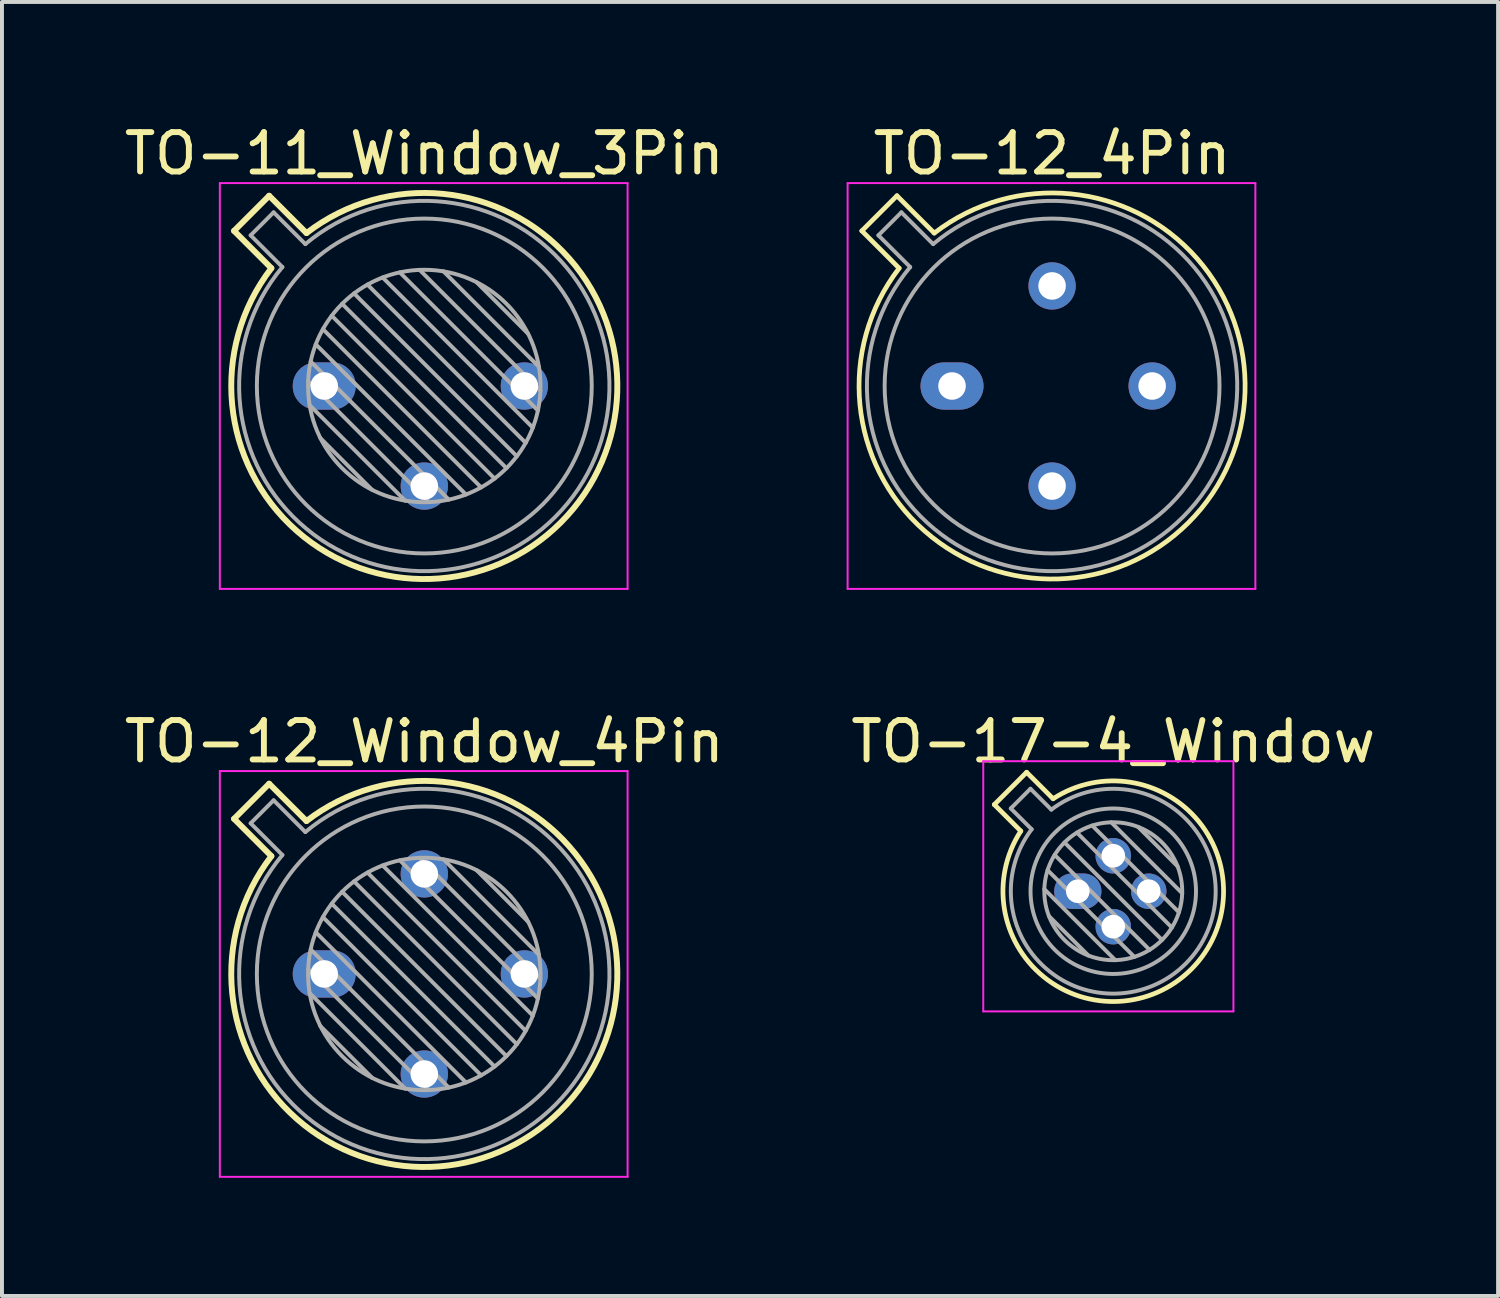
<source format=kicad_pcb>
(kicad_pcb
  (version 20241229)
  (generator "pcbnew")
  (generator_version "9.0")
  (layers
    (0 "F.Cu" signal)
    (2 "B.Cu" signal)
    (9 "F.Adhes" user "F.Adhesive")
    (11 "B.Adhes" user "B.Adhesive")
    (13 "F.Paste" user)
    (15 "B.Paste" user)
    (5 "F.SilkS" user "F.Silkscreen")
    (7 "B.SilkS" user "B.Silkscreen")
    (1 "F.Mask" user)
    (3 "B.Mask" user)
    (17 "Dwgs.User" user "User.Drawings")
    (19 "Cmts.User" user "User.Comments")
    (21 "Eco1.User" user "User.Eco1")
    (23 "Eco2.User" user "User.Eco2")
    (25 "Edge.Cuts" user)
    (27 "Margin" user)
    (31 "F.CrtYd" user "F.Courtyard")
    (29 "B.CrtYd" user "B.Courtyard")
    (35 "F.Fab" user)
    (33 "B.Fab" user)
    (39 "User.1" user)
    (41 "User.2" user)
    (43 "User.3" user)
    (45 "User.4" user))
  (footprint "TO-17-4_Window"
    (layer "F.Cu")
    (at 24.308 19.572)
    (property "Reference" "TO-17-4_Window" (at 0.9 -3.8 0) (layer "F.SilkS") (effects (font (size 1 1) (thickness 0.15))))
    (attr through_hole)
    (fp_line (start -2.119 -2.199) (end -1.447 -1.527) (stroke (width 0.12) (type solid)) (layer "F.SilkS"))
    (fp_line (start -1.299 -3.019) (end -2.119 -2.199) (stroke (width 0.12) (type solid)) (layer "F.SilkS"))
    (fp_line (start -0.627 -2.347) (end -1.299 -3.019) (stroke (width 0.12) (type solid)) (layer "F.SilkS"))
    (fp_arc (start -0.626834 -2.347078) (mid 2.879727 1.98007) (end -1.446813 -1.527241) (stroke (width 0.12) (type solid)) (layer "F.SilkS"))
    (fp_line (start -2.4 -3.3) (end -2.4 3.05) (stroke (width 0.05) (type solid)) (layer "F.CrtYd"))
    (fp_line (start -2.4 3.05) (end 3.95 3.05) (stroke (width 0.05) (type solid)) (layer "F.CrtYd"))
    (fp_line (start 3.95 -3.3) (end -2.4 -3.3) (stroke (width 0.05) (type solid)) (layer "F.CrtYd"))
    (fp_line (start 3.95 3.05) (end 3.95 -3.3) (stroke (width 0.05) (type solid)) (layer "F.CrtYd"))
    (fp_line (start -1.701 -2.102) (end -1.171 -1.572) (stroke (width 0.1) (type solid)) (layer "F.Fab"))
    (fp_line (start -1.202 -2.601) (end -1.701 -2.102) (stroke (width 0.1) (type solid)) (layer "F.Fab"))
    (fp_line (start -0.85 -0.053) (end 0.953 1.75) (stroke (width 0.1) (type solid)) (layer "F.Fab"))
    (fp_line (start -0.767 -0.535) (end 1.435 1.667) (stroke (width 0.1) (type solid)) (layer "F.Fab"))
    (fp_line (start -0.733 0.631) (end 0.269 1.633) (stroke (width 0.1) (type solid)) (layer "F.Fab"))
    (fp_line (start -0.672 -2.071) (end -1.202 -2.601) (stroke (width 0.1) (type solid)) (layer "F.Fab"))
    (fp_line (start -0.588 -0.922) (end 1.822 1.488) (stroke (width 0.1) (type solid)) (layer "F.Fab"))
    (fp_line (start -0.338 -1.238) (end 2.138 1.238) (stroke (width 0.1) (type solid)) (layer "F.Fab"))
    (fp_line (start -0.022 -1.488) (end 2.388 0.922) (stroke (width 0.1) (type solid)) (layer "F.Fab"))
    (fp_line (start 0.365 -1.667) (end 2.567 0.535) (stroke (width 0.1) (type solid)) (layer "F.Fab"))
    (fp_line (start 0.847 -1.75) (end 2.65 0.053) (stroke (width 0.1) (type solid)) (layer "F.Fab"))
    (fp_line (start 1.531 -1.633) (end 2.533 -0.631) (stroke (width 0.1) (type solid)) (layer "F.Fab"))
    (fp_arc (start -0.67196 -2.070976) (mid 2.73848 1.838475) (end -1.17098 -1.571955) (stroke (width 0.1) (type solid)) (layer "F.Fab"))
    (fp_circle (center 0.9 0) (end 2.65 0) (stroke (width 0.1) (type solid)) (fill no) (layer "F.Fab"))
    (fp_circle (center 0.9 0) (end 3 0) (stroke (width 0.1) (type solid)) (fill no) (layer "F.Fab"))
    (pad "1" thru_hole oval (at 0 0) (size 1.2 0.9) (drill 0.6) (layers "*.Cu" "*.Mask"))
    (pad "2" thru_hole oval (at 0.9 0.9) (size 0.9 0.9) (drill 0.6) (layers "*.Cu" "*.Mask"))
    (pad "3" thru_hole oval (at 1.8 0) (size 0.9 0.9) (drill 0.6) (layers "*.Cu" "*.Mask"))
    (pad "4" thru_hole oval (at 0.9 -0.9) (size 0.9 0.9) (drill 0.6) (layers "*.Cu" "*.Mask")))
  (footprint "TO-12_Window_4Pin"
    (layer "F.Cu")
    (at 5.18 21.672)
    (property "Reference" "TO-12_Window_4Pin" (at 2.54 -5.9 0) (layer "F.SilkS") (effects (font (size 1 1) (thickness 0.15))))
    (attr through_hole)
    (fp_line (start -2.289 -3.938) (end -1.342 -2.991) (stroke (width 0.15) (type solid)) (layer "F.SilkS"))
    (fp_line (start -1.398 -4.829) (end -2.289 -3.938) (stroke (width 0.15) (type solid)) (layer "F.SilkS"))
    (fp_line (start -0.451 -3.882) (end -1.398 -4.829) (stroke (width 0.15) (type solid)) (layer "F.SilkS"))
    (fp_arc (start -0.450589 -3.881543) (mid 6.004823 3.464823) (end -1.341543 -2.990588) (stroke (width 0.15) (type solid)) (layer "F.SilkS"))
    (fp_line (start -2.65 -5.15) (end -2.65 5.15) (stroke (width 0.05) (type solid)) (layer "F.CrtYd"))
    (fp_line (start -2.65 5.15) (end 7.7 5.15) (stroke (width 0.05) (type solid)) (layer "F.CrtYd"))
    (fp_line (start 7.7 -5.15) (end -2.65 -5.15) (stroke (width 0.05) (type solid)) (layer "F.CrtYd"))
    (fp_line (start 7.7 5.15) (end 7.7 -5.15) (stroke (width 0.05) (type solid)) (layer "F.CrtYd"))
    (fp_line (start -1.868 -3.825) (end -1.062 -3.019) (stroke (width 0.1) (type solid)) (layer "F.Fab"))
    (fp_line (start -1.285 -4.408) (end -1.868 -3.825) (stroke (width 0.1) (type solid)) (layer "F.Fab"))
    (fp_line (start -0.479 -3.602) (end -1.285 -4.408) (stroke (width 0.1) (type solid)) (layer "F.Fab"))
    (fp_line (start -0.408 -0.12) (end 2.66 2.948) (stroke (width 0.1) (type solid)) (layer "F.Fab"))
    (fp_line (start -0.371 0.485) (end 2.055 2.911) (stroke (width 0.1) (type solid)) (layer "F.Fab"))
    (fp_line (start -0.344 -0.622) (end 3.162 2.884) (stroke (width 0.1) (type solid)) (layer "F.Fab"))
    (fp_line (start -0.215 -1.058) (end 3.598 2.755) (stroke (width 0.1) (type solid)) (layer "F.Fab"))
    (fp_line (start -0.097 1.324) (end 1.216 2.637) (stroke (width 0.1) (type solid)) (layer "F.Fab"))
    (fp_line (start -0.034 -1.443) (end 3.983 2.574) (stroke (width 0.1) (type solid)) (layer "F.Fab"))
    (fp_line (start 0.19 -1.784) (end 4.324 2.35) (stroke (width 0.1) (type solid)) (layer "F.Fab"))
    (fp_line (start 0.454 -2.086) (end 4.626 2.086) (stroke (width 0.1) (type solid)) (layer "F.Fab"))
    (fp_line (start 0.756 -2.35) (end 4.89 1.784) (stroke (width 0.1) (type solid)) (layer "F.Fab"))
    (fp_line (start 1.097 -2.574) (end 5.114 1.443) (stroke (width 0.1) (type solid)) (layer "F.Fab"))
    (fp_line (start 1.482 -2.755) (end 5.295 1.058) (stroke (width 0.1) (type solid)) (layer "F.Fab"))
    (fp_line (start 1.918 -2.884) (end 5.424 0.622) (stroke (width 0.1) (type solid)) (layer "F.Fab"))
    (fp_line (start 2.42 -2.948) (end 5.488 0.12) (stroke (width 0.1) (type solid)) (layer "F.Fab"))
    (fp_line (start 3.025 -2.911) (end 5.451 -0.485) (stroke (width 0.1) (type solid)) (layer "F.Fab"))
    (fp_line (start 3.864 -2.637) (end 5.177 -1.324) (stroke (width 0.1) (type solid)) (layer "F.Fab"))
    (fp_arc (start -0.478935 -3.602226) (mid 5.863402 3.323402) (end -1.062226 -3.018935) (stroke (width 0.1) (type solid)) (layer "F.Fab"))
    (fp_circle (center 2.54 0) (end 5.49 0) (stroke (width 0.1) (type solid)) (fill no) (layer "F.Fab"))
    (fp_circle (center 2.54 0) (end 6.79 0) (stroke (width 0.1) (type solid)) (fill no) (layer "F.Fab"))
    (pad "1" thru_hole oval (at 0 0) (size 1.6 1.2) (drill 0.7) (layers "*.Cu" "*.Mask"))
    (pad "2" thru_hole oval (at 2.54 2.54) (size 1.2 1.2) (drill 0.7) (layers "*.Cu" "*.Mask"))
    (pad "3" thru_hole oval (at 5.08 0) (size 1.2 1.2) (drill 0.7) (layers "*.Cu" "*.Mask"))
    (pad "4" thru_hole oval (at 2.54 -2.54) (size 1.2 1.2) (drill 0.7) (layers "*.Cu" "*.Mask")))
  (footprint "TO-12_4Pin"
    (layer "F.Cu")
    (at 21.115 6.748)
    (property "Reference" "TO-12_4Pin" (at 2.54 -5.9 0) (layer "F.SilkS") (effects (font (size 1 1) (thickness 0.15))))
    (attr through_hole)
    (fp_line (start -2.289 -3.938) (end -1.342 -2.991) (stroke (width 0.12) (type solid)) (layer "F.SilkS"))
    (fp_line (start -1.398 -4.829) (end -2.289 -3.938) (stroke (width 0.12) (type solid)) (layer "F.SilkS"))
    (fp_line (start -0.451 -3.882) (end -1.398 -4.829) (stroke (width 0.12) (type solid)) (layer "F.SilkS"))
    (fp_arc (start -0.450589 -3.881543) (mid 6.004823 3.464823) (end -1.341543 -2.990588) (stroke (width 0.12) (type solid)) (layer "F.SilkS"))
    (fp_line (start -2.65 -5.15) (end -2.65 5.15) (stroke (width 0.05) (type solid)) (layer "F.CrtYd"))
    (fp_line (start -2.65 5.15) (end 7.7 5.15) (stroke (width 0.05) (type solid)) (layer "F.CrtYd"))
    (fp_line (start 7.7 -5.15) (end -2.65 -5.15) (stroke (width 0.05) (type solid)) (layer "F.CrtYd"))
    (fp_line (start 7.7 5.15) (end 7.7 -5.15) (stroke (width 0.05) (type solid)) (layer "F.CrtYd"))
    (fp_line (start -1.868 -3.825) (end -1.062 -3.019) (stroke (width 0.1) (type solid)) (layer "F.Fab"))
    (fp_line (start -1.285 -4.408) (end -1.868 -3.825) (stroke (width 0.1) (type solid)) (layer "F.Fab"))
    (fp_line (start -0.479 -3.602) (end -1.285 -4.408) (stroke (width 0.1) (type solid)) (layer "F.Fab"))
    (fp_arc (start -0.478935 -3.602226) (mid 5.863402 3.323402) (end -1.062226 -3.018935) (stroke (width 0.1) (type solid)) (layer "F.Fab"))
    (fp_circle (center 2.54 0) (end 6.79 0) (stroke (width 0.1) (type solid)) (fill no) (layer "F.Fab"))
    (pad "1" thru_hole oval (at 0 0) (size 1.6 1.2) (drill 0.7) (layers "*.Cu" "*.Mask"))
    (pad "2" thru_hole oval (at 2.54 2.54) (size 1.2 1.2) (drill 0.7) (layers "*.Cu" "*.Mask"))
    (pad "3" thru_hole oval (at 5.08 0) (size 1.2 1.2) (drill 0.7) (layers "*.Cu" "*.Mask"))
    (pad "4" thru_hole oval (at 2.54 -2.54) (size 1.2 1.2) (drill 0.7) (layers "*.Cu" "*.Mask")))
  (footprint "TO-11_Window_3Pin"
    (layer "F.Cu")
    (at 5.18 6.748)
    (property "Reference" "TO-11_Window_3Pin" (at 2.54 -5.9 0) (layer "F.SilkS") (effects (font (size 1 1) (thickness 0.15))))
    (attr through_hole)
    (fp_line (start -2.289 -3.938) (end -1.342 -2.991) (stroke (width 0.15) (type solid)) (layer "F.SilkS"))
    (fp_line (start -1.398 -4.829) (end -2.289 -3.938) (stroke (width 0.15) (type solid)) (layer "F.SilkS"))
    (fp_line (start -0.451 -3.882) (end -1.398 -4.829) (stroke (width 0.15) (type solid)) (layer "F.SilkS"))
    (fp_arc (start -0.450589 -3.881543) (mid 6.004823 3.464823) (end -1.341543 -2.990588) (stroke (width 0.15) (type solid)) (layer "F.SilkS"))
    (fp_line (start -2.65 -5.15) (end -2.65 5.15) (stroke (width 0.05) (type solid)) (layer "F.CrtYd"))
    (fp_line (start -2.65 5.15) (end 7.7 5.15) (stroke (width 0.05) (type solid)) (layer "F.CrtYd"))
    (fp_line (start 7.7 -5.15) (end -2.65 -5.15) (stroke (width 0.05) (type solid)) (layer "F.CrtYd"))
    (fp_line (start 7.7 5.15) (end 7.7 -5.15) (stroke (width 0.05) (type solid)) (layer "F.CrtYd"))
    (fp_line (start -1.868 -3.825) (end -1.062 -3.019) (stroke (width 0.1) (type solid)) (layer "F.Fab"))
    (fp_line (start -1.285 -4.408) (end -1.868 -3.825) (stroke (width 0.1) (type solid)) (layer "F.Fab"))
    (fp_line (start -0.479 -3.602) (end -1.285 -4.408) (stroke (width 0.1) (type solid)) (layer "F.Fab"))
    (fp_line (start -0.408 -0.12) (end 2.66 2.948) (stroke (width 0.1) (type solid)) (layer "F.Fab"))
    (fp_line (start -0.371 0.485) (end 2.055 2.911) (stroke (width 0.1) (type solid)) (layer "F.Fab"))
    (fp_line (start -0.344 -0.622) (end 3.162 2.884) (stroke (width 0.1) (type solid)) (layer "F.Fab"))
    (fp_line (start -0.215 -1.058) (end 3.598 2.755) (stroke (width 0.1) (type solid)) (layer "F.Fab"))
    (fp_line (start -0.097 1.324) (end 1.216 2.637) (stroke (width 0.1) (type solid)) (layer "F.Fab"))
    (fp_line (start -0.034 -1.443) (end 3.983 2.574) (stroke (width 0.1) (type solid)) (layer "F.Fab"))
    (fp_line (start 0.19 -1.784) (end 4.324 2.35) (stroke (width 0.1) (type solid)) (layer "F.Fab"))
    (fp_line (start 0.454 -2.086) (end 4.626 2.086) (stroke (width 0.1) (type solid)) (layer "F.Fab"))
    (fp_line (start 0.756 -2.35) (end 4.89 1.784) (stroke (width 0.1) (type solid)) (layer "F.Fab"))
    (fp_line (start 1.097 -2.574) (end 5.114 1.443) (stroke (width 0.1) (type solid)) (layer "F.Fab"))
    (fp_line (start 1.482 -2.755) (end 5.295 1.058) (stroke (width 0.1) (type solid)) (layer "F.Fab"))
    (fp_line (start 1.918 -2.884) (end 5.424 0.622) (stroke (width 0.1) (type solid)) (layer "F.Fab"))
    (fp_line (start 2.42 -2.948) (end 5.488 0.12) (stroke (width 0.1) (type solid)) (layer "F.Fab"))
    (fp_line (start 3.025 -2.911) (end 5.451 -0.485) (stroke (width 0.1) (type solid)) (layer "F.Fab"))
    (fp_line (start 3.864 -2.637) (end 5.177 -1.324) (stroke (width 0.1) (type solid)) (layer "F.Fab"))
    (fp_arc (start -0.478935 -3.602226) (mid 5.863402 3.323402) (end -1.062226 -3.018935) (stroke (width 0.1) (type solid)) (layer "F.Fab"))
    (fp_circle (center 2.54 0) (end 5.49 0) (stroke (width 0.1) (type solid)) (fill no) (layer "F.Fab"))
    (fp_circle (center 2.54 0) (end 6.79 0) (stroke (width 0.1) (type solid)) (fill no) (layer "F.Fab"))
    (pad "1" thru_hole oval (at 0 0) (size 1.6 1.2) (drill 0.7) (layers "*.Cu" "*.Mask"))
    (pad "2" thru_hole oval (at 2.54 2.54) (size 1.2 1.2) (drill 0.7) (layers "*.Cu" "*.Mask"))
    (pad "3" thru_hole oval (at 5.08 0) (size 1.2 1.2) (drill 0.7) (layers "*.Cu" "*.Mask")))
  (gr_rect
    (start -3 -3)
    (end 34.976 29.846)
    (stroke (width 0.1) (type default))
    (fill no)
    (layer "Edge.Cuts")))
</source>
